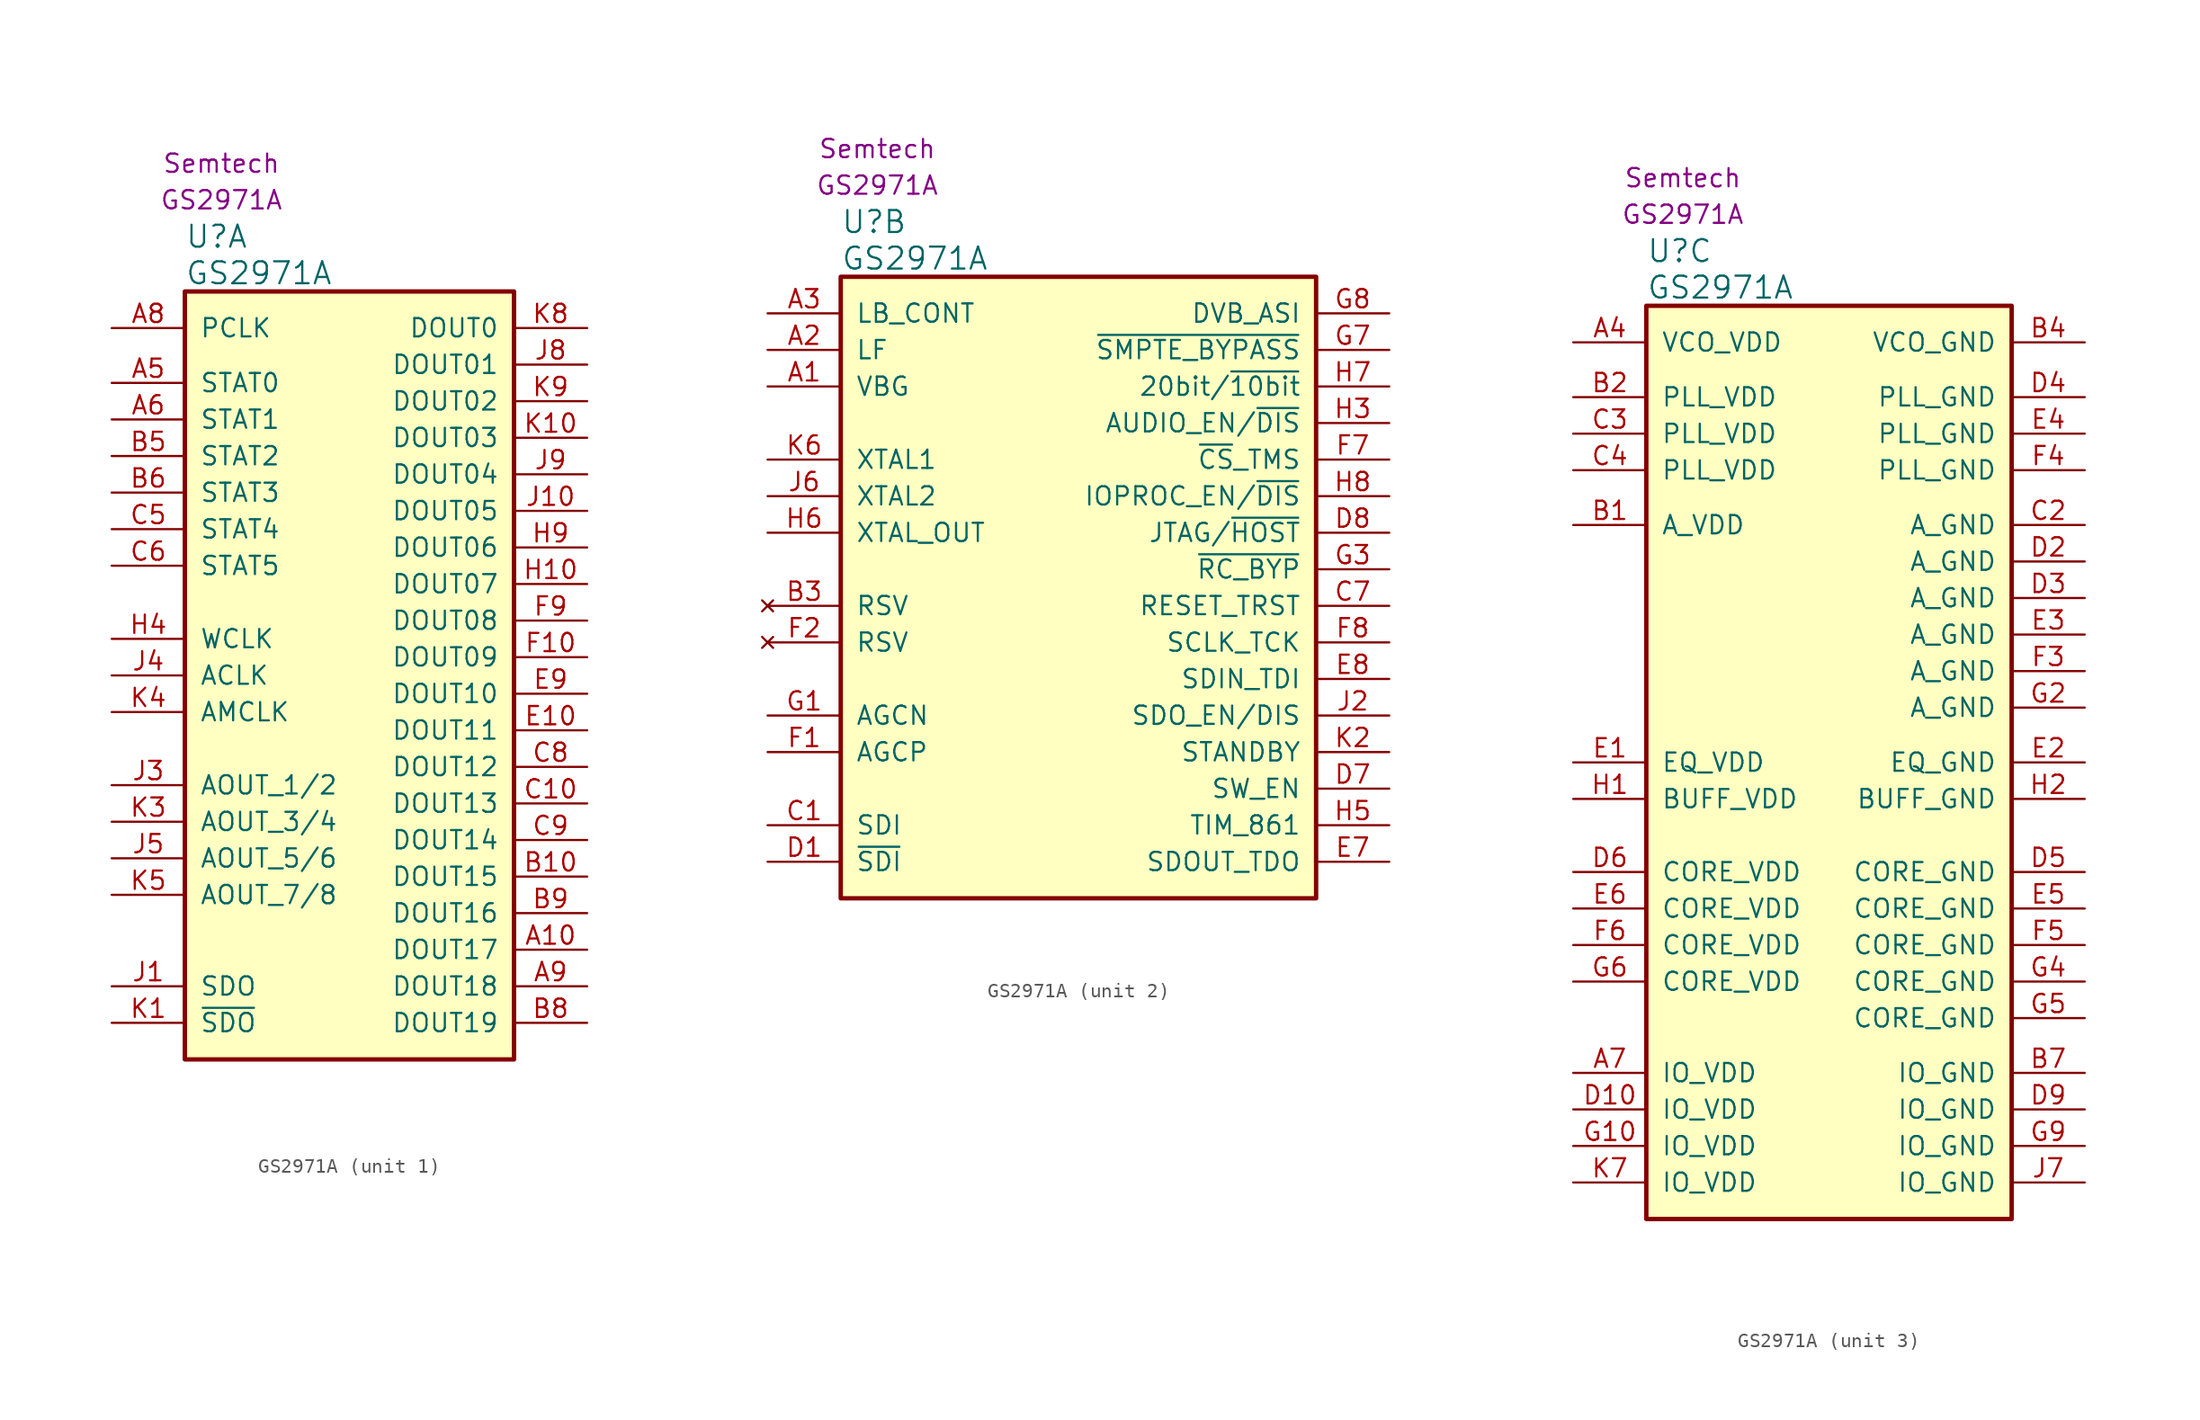
<source format=kicad_sym>
(kicad_symbol_lib
  (version 20211014)
  (generator kicad_symbol_editor)
  (symbol "GS2971A"
    (pin_names
      (offset 1.016))
    (property "Reference" "U"
      (at 5.08 6.35 0)
      (effects (font (size 1.524 1.524)) (justify left)))
    (property "Value" "GS2971A"
      (at 5.08 3.81 0)
      (effects (font (size 1.524 1.524)) (justify left)))
    (property "MPN" "GS2971A"
      (at 7.62 8.89 0)
      (effects (font (size 1.27 1.27))))
    (property "Manufacturer" "Semtech"
      (at 7.62 11.43 0)
      (effects (font (size 1.27 1.27))))
    (property "ki_locked" ""
      (at 0 0 0)
      (effects (font (size 1.27 1.27))))
    (symbol "GS2971A_1_1"
      (rectangle (start 5.08 2.54) (end 27.94 -50.8) (stroke (width 0.305) (type default) (color 0 0 0 0)) (fill (type background)))
      (pin output line (at 33.02 -43.18 180) (length 5.08) (name "DOUT17" (effects (font (size 1.27 1.27)))) (number "A10" (effects (font (size 1.27 1.27)))))
      (pin output line (at 0 -3.81 0) (length 5.08) (name "STAT0" (effects (font (size 1.27 1.27)))) (number "A5" (effects (font (size 1.27 1.27)))))
      (pin output line (at 0 -6.35 0) (length 5.08) (name "STAT1" (effects (font (size 1.27 1.27)))) (number "A6" (effects (font (size 1.27 1.27)))))
      (pin output line (at 0 0 0) (length 5.08) (name "PCLK" (effects (font (size 1.27 1.27)))) (number "A8" (effects (font (size 1.27 1.27)))))
      (pin output line (at 33.02 -45.72 180) (length 5.08) (name "DOUT18" (effects (font (size 1.27 1.27)))) (number "A9" (effects (font (size 1.27 1.27)))))
      (pin output line (at 33.02 -38.1 180) (length 5.08) (name "DOUT15" (effects (font (size 1.27 1.27)))) (number "B10" (effects (font (size 1.27 1.27)))))
      (pin output line (at 0 -8.89 0) (length 5.08) (name "STAT2" (effects (font (size 1.27 1.27)))) (number "B5" (effects (font (size 1.27 1.27)))))
      (pin output line (at 0 -11.43 0) (length 5.08) (name "STAT3" (effects (font (size 1.27 1.27)))) (number "B6" (effects (font (size 1.27 1.27)))))
      (pin output line (at 33.02 -48.26 180) (length 5.08) (name "DOUT19" (effects (font (size 1.27 1.27)))) (number "B8" (effects (font (size 1.27 1.27)))))
      (pin output line (at 33.02 -40.64 180) (length 5.08) (name "DOUT16" (effects (font (size 1.27 1.27)))) (number "B9" (effects (font (size 1.27 1.27)))))
      (pin output line (at 33.02 -33.02 180) (length 5.08) (name "DOUT13" (effects (font (size 1.27 1.27)))) (number "C10" (effects (font (size 1.27 1.27)))))
      (pin output line (at 0 -13.97 0) (length 5.08) (name "STAT4" (effects (font (size 1.27 1.27)))) (number "C5" (effects (font (size 1.27 1.27)))))
      (pin output line (at 0 -16.51 0) (length 5.08) (name "STAT5" (effects (font (size 1.27 1.27)))) (number "C6" (effects (font (size 1.27 1.27)))))
      (pin output line (at 33.02 -30.48 180) (length 5.08) (name "DOUT12" (effects (font (size 1.27 1.27)))) (number "C8" (effects (font (size 1.27 1.27)))))
      (pin output line (at 33.02 -35.56 180) (length 5.08) (name "DOUT14" (effects (font (size 1.27 1.27)))) (number "C9" (effects (font (size 1.27 1.27)))))
      (pin output line (at 33.02 -27.94 180) (length 5.08) (name "DOUT11" (effects (font (size 1.27 1.27)))) (number "E10" (effects (font (size 1.27 1.27)))))
      (pin output line (at 33.02 -25.4 180) (length 5.08) (name "DOUT10" (effects (font (size 1.27 1.27)))) (number "E9" (effects (font (size 1.27 1.27)))))
      (pin output line (at 33.02 -22.86 180) (length 5.08) (name "DOUT09" (effects (font (size 1.27 1.27)))) (number "F10" (effects (font (size 1.27 1.27)))))
      (pin output line (at 33.02 -20.32 180) (length 5.08) (name "DOUT08" (effects (font (size 1.27 1.27)))) (number "F9" (effects (font (size 1.27 1.27)))))
      (pin output line (at 33.02 -17.78 180) (length 5.08) (name "DOUT07" (effects (font (size 1.27 1.27)))) (number "H10" (effects (font (size 1.27 1.27)))))
      (pin output line (at 0 -21.59 0) (length 5.08) (name "WCLK" (effects (font (size 1.27 1.27)))) (number "H4" (effects (font (size 1.27 1.27)))))
      (pin output line (at 33.02 -15.24 180) (length 5.08) (name "DOUT06" (effects (font (size 1.27 1.27)))) (number "H9" (effects (font (size 1.27 1.27)))))
      (pin output line (at 0 -45.72 0) (length 5.08) (name "SDO" (effects (font (size 1.27 1.27)))) (number "J1" (effects (font (size 1.27 1.27)))))
      (pin output line (at 33.02 -12.7 180) (length 5.08) (name "DOUT05" (effects (font (size 1.27 1.27)))) (number "J10" (effects (font (size 1.27 1.27)))))
      (pin output line (at 0 -31.75 0) (length 5.08) (name "AOUT_1/2" (effects (font (size 1.27 1.27)))) (number "J3" (effects (font (size 1.27 1.27)))))
      (pin output line (at 0 -24.13 0) (length 5.08) (name "ACLK" (effects (font (size 1.27 1.27)))) (number "J4" (effects (font (size 1.27 1.27)))))
      (pin output line (at 0 -36.83 0) (length 5.08) (name "AOUT_5/6" (effects (font (size 1.27 1.27)))) (number "J5" (effects (font (size 1.27 1.27)))))
      (pin output line (at 33.02 -2.54 180) (length 5.08) (name "DOUT01" (effects (font (size 1.27 1.27)))) (number "J8" (effects (font (size 1.27 1.27)))))
      (pin output line (at 33.02 -10.16 180) (length 5.08) (name "DOUT04" (effects (font (size 1.27 1.27)))) (number "J9" (effects (font (size 1.27 1.27)))))
      (pin output line (at 0 -48.26 0) (length 5.08) (name "~{SDO}" (effects (font (size 1.27 1.27)))) (number "K1" (effects (font (size 1.27 1.27)))))
      (pin output line (at 33.02 -7.62 180) (length 5.08) (name "DOUT03" (effects (font (size 1.27 1.27)))) (number "K10" (effects (font (size 1.27 1.27)))))
      (pin output line (at 0 -34.29 0) (length 5.08) (name "AOUT_3/4" (effects (font (size 1.27 1.27)))) (number "K3" (effects (font (size 1.27 1.27)))))
      (pin output line (at 0 -26.67 0) (length 5.08) (name "AMCLK" (effects (font (size 1.27 1.27)))) (number "K4" (effects (font (size 1.27 1.27)))))
      (pin output line (at 0 -39.37 0) (length 5.08) (name "AOUT_7/8" (effects (font (size 1.27 1.27)))) (number "K5" (effects (font (size 1.27 1.27)))))
      (pin output line (at 33.02 0 180) (length 5.08) (name "DOUT0" (effects (font (size 1.27 1.27)))) (number "K8" (effects (font (size 1.27 1.27)))))
      (pin output line (at 33.02 -5.08 180) (length 5.08) (name "DOUT02" (effects (font (size 1.27 1.27)))) (number "K9" (effects (font (size 1.27 1.27))))))
    (symbol "GS2971A_2_1"
      (rectangle (start 5.08 2.54) (end 38.1 -40.64) (stroke (width 0.305) (type default) (color 0 0 0 0)) (fill (type background)))
      (pin input line (at 0 -5.08 0) (length 5.08) (name "VBG" (effects (font (size 1.27 1.27)))) (number "A1" (effects (font (size 1.27 1.27)))))
      (pin input line (at 0 -2.54 0) (length 5.08) (name "LF" (effects (font (size 1.27 1.27)))) (number "A2" (effects (font (size 1.27 1.27)))))
      (pin input line (at 0 0 0) (length 5.08) (name "LB_CONT" (effects (font (size 1.27 1.27)))) (number "A3" (effects (font (size 1.27 1.27)))))
      (pin no_connect line (at 0 -20.32 0) (length 5.08) (name "RSV" (effects (font (size 1.27 1.27)))) (number "B3" (effects (font (size 1.27 1.27)))))
      (pin input line (at 0 -35.56 0) (length 5.08) (name "SDI" (effects (font (size 1.27 1.27)))) (number "C1" (effects (font (size 1.27 1.27)))))
      (pin input line (at 43.18 -20.32 180) (length 5.08) (name "RESET_TRST" (effects (font (size 1.27 1.27)))) (number "C7" (effects (font (size 1.27 1.27)))))
      (pin input line (at 0 -38.1 0) (length 5.08) (name "~{SDI}" (effects (font (size 1.27 1.27)))) (number "D1" (effects (font (size 1.27 1.27)))))
      (pin input line (at 43.18 -33.02 180) (length 5.08) (name "SW_EN" (effects (font (size 1.27 1.27)))) (number "D7" (effects (font (size 1.27 1.27)))))
      (pin input line (at 43.18 -15.24 180) (length 5.08) (name "JTAG/~{HOST}" (effects (font (size 1.27 1.27)))) (number "D8" (effects (font (size 1.27 1.27)))))
      (pin output line (at 43.18 -38.1 180) (length 5.08) (name "SDOUT_TDO" (effects (font (size 1.27 1.27)))) (number "E7" (effects (font (size 1.27 1.27)))))
      (pin input line (at 43.18 -25.4 180) (length 5.08) (name "SDIN_TDI" (effects (font (size 1.27 1.27)))) (number "E8" (effects (font (size 1.27 1.27)))))
      (pin passive line (at 0 -30.48 0) (length 5.08) (name "AGCP" (effects (font (size 1.27 1.27)))) (number "F1" (effects (font (size 1.27 1.27)))))
      (pin no_connect line (at 0 -22.86 0) (length 5.08) (name "RSV" (effects (font (size 1.27 1.27)))) (number "F2" (effects (font (size 1.27 1.27)))))
      (pin input line (at 43.18 -10.16 180) (length 5.08) (name "~{CS}_TMS" (effects (font (size 1.27 1.27)))) (number "F7" (effects (font (size 1.27 1.27)))))
      (pin input line (at 43.18 -22.86 180) (length 5.08) (name "SCLK_TCK" (effects (font (size 1.27 1.27)))) (number "F8" (effects (font (size 1.27 1.27)))))
      (pin passive line (at 0 -27.94 0) (length 5.08) (name "AGCN" (effects (font (size 1.27 1.27)))) (number "G1" (effects (font (size 1.27 1.27)))))
      (pin input line (at 43.18 -17.78 180) (length 5.08) (name "~{RC_BYP}" (effects (font (size 1.27 1.27)))) (number "G3" (effects (font (size 1.27 1.27)))))
      (pin bidirectional line (at 43.18 -2.54 180) (length 5.08) (name "~{SMPTE_BYPASS}" (effects (font (size 1.27 1.27)))) (number "G7" (effects (font (size 1.27 1.27)))))
      (pin bidirectional line (at 43.18 0 180) (length 5.08) (name "DVB_ASI" (effects (font (size 1.27 1.27)))) (number "G8" (effects (font (size 1.27 1.27)))))
      (pin input line (at 43.18 -7.62 180) (length 5.08) (name "AUDIO_EN/~{DIS}" (effects (font (size 1.27 1.27)))) (number "H3" (effects (font (size 1.27 1.27)))))
      (pin input line (at 43.18 -35.56 180) (length 5.08) (name "TIM_861" (effects (font (size 1.27 1.27)))) (number "H5" (effects (font (size 1.27 1.27)))))
      (pin output line (at 0 -15.24 0) (length 5.08) (name "XTAL_OUT" (effects (font (size 1.27 1.27)))) (number "H6" (effects (font (size 1.27 1.27)))))
      (pin input line (at 43.18 -5.08 180) (length 5.08) (name "20bit/~{10bit}" (effects (font (size 1.27 1.27)))) (number "H7" (effects (font (size 1.27 1.27)))))
      (pin input line (at 43.18 -12.7 180) (length 5.08) (name "IOPROC_EN/~{DIS}" (effects (font (size 1.27 1.27)))) (number "H8" (effects (font (size 1.27 1.27)))))
      (pin input line (at 43.18 -27.94 180) (length 5.08) (name "SDO_EN/DIS" (effects (font (size 1.27 1.27)))) (number "J2" (effects (font (size 1.27 1.27)))))
      (pin input line (at 0 -12.7 0) (length 5.08) (name "XTAL2" (effects (font (size 1.27 1.27)))) (number "J6" (effects (font (size 1.27 1.27)))))
      (pin input line (at 43.18 -30.48 180) (length 5.08) (name "STANDBY" (effects (font (size 1.27 1.27)))) (number "K2" (effects (font (size 1.27 1.27)))))
      (pin input line (at 0 -10.16 0) (length 5.08) (name "XTAL1" (effects (font (size 1.27 1.27)))) (number "K6" (effects (font (size 1.27 1.27))))))
    (symbol "GS2971A_3_1"
      (rectangle (start 5.08 2.54) (end 30.48 -60.96) (stroke (width 0.305) (type default) (color 0 0 0 0)) (fill (type background)))
      (pin power_in line (at 0 0 0) (length 5.08) (name "VCO_VDD" (effects (font (size 1.27 1.27)))) (number "A4" (effects (font (size 1.27 1.27)))))
      (pin power_in line (at 0 -50.8 0) (length 5.08) (name "IO_VDD" (effects (font (size 1.27 1.27)))) (number "A7" (effects (font (size 1.27 1.27)))))
      (pin power_in line (at 0 -12.7 0) (length 5.08) (name "A_VDD" (effects (font (size 1.27 1.27)))) (number "B1" (effects (font (size 1.27 1.27)))))
      (pin power_in line (at 0 -3.81 0) (length 5.08) (name "PLL_VDD" (effects (font (size 1.27 1.27)))) (number "B2" (effects (font (size 1.27 1.27)))))
      (pin power_in line (at 35.56 0 180) (length 5.08) (name "VCO_GND" (effects (font (size 1.27 1.27)))) (number "B4" (effects (font (size 1.27 1.27)))))
      (pin power_in line (at 35.56 -50.8 180) (length 5.08) (name "IO_GND" (effects (font (size 1.27 1.27)))) (number "B7" (effects (font (size 1.27 1.27)))))
      (pin power_in line (at 35.56 -12.7 180) (length 5.08) (name "A_GND" (effects (font (size 1.27 1.27)))) (number "C2" (effects (font (size 1.27 1.27)))))
      (pin power_in line (at 0 -6.35 0) (length 5.08) (name "PLL_VDD" (effects (font (size 1.27 1.27)))) (number "C3" (effects (font (size 1.27 1.27)))))
      (pin power_in line (at 0 -8.89 0) (length 5.08) (name "PLL_VDD" (effects (font (size 1.27 1.27)))) (number "C4" (effects (font (size 1.27 1.27)))))
      (pin power_in line (at 0 -53.34 0) (length 5.08) (name "IO_VDD" (effects (font (size 1.27 1.27)))) (number "D10" (effects (font (size 1.27 1.27)))))
      (pin power_in line (at 35.56 -15.24 180) (length 5.08) (name "A_GND" (effects (font (size 1.27 1.27)))) (number "D2" (effects (font (size 1.27 1.27)))))
      (pin power_in line (at 35.56 -17.78 180) (length 5.08) (name "A_GND" (effects (font (size 1.27 1.27)))) (number "D3" (effects (font (size 1.27 1.27)))))
      (pin power_in line (at 35.56 -3.81 180) (length 5.08) (name "PLL_GND" (effects (font (size 1.27 1.27)))) (number "D4" (effects (font (size 1.27 1.27)))))
      (pin power_in line (at 35.56 -36.83 180) (length 5.08) (name "CORE_GND" (effects (font (size 1.27 1.27)))) (number "D5" (effects (font (size 1.27 1.27)))))
      (pin power_in line (at 0 -36.83 0) (length 5.08) (name "CORE_VDD" (effects (font (size 1.27 1.27)))) (number "D6" (effects (font (size 1.27 1.27)))))
      (pin power_in line (at 35.56 -53.34 180) (length 5.08) (name "IO_GND" (effects (font (size 1.27 1.27)))) (number "D9" (effects (font (size 1.27 1.27)))))
      (pin power_in line (at 0 -29.21 0) (length 5.08) (name "EQ_VDD" (effects (font (size 1.27 1.27)))) (number "E1" (effects (font (size 1.27 1.27)))))
      (pin power_in line (at 35.56 -29.21 180) (length 5.08) (name "EQ_GND" (effects (font (size 1.27 1.27)))) (number "E2" (effects (font (size 1.27 1.27)))))
      (pin power_in line (at 35.56 -20.32 180) (length 5.08) (name "A_GND" (effects (font (size 1.27 1.27)))) (number "E3" (effects (font (size 1.27 1.27)))))
      (pin power_in line (at 35.56 -6.35 180) (length 5.08) (name "PLL_GND" (effects (font (size 1.27 1.27)))) (number "E4" (effects (font (size 1.27 1.27)))))
      (pin power_in line (at 35.56 -39.37 180) (length 5.08) (name "CORE_GND" (effects (font (size 1.27 1.27)))) (number "E5" (effects (font (size 1.27 1.27)))))
      (pin power_in line (at 0 -39.37 0) (length 5.08) (name "CORE_VDD" (effects (font (size 1.27 1.27)))) (number "E6" (effects (font (size 1.27 1.27)))))
      (pin power_in line (at 35.56 -22.86 180) (length 5.08) (name "A_GND" (effects (font (size 1.27 1.27)))) (number "F3" (effects (font (size 1.27 1.27)))))
      (pin power_in line (at 35.56 -8.89 180) (length 5.08) (name "PLL_GND" (effects (font (size 1.27 1.27)))) (number "F4" (effects (font (size 1.27 1.27)))))
      (pin power_in line (at 35.56 -41.91 180) (length 5.08) (name "CORE_GND" (effects (font (size 1.27 1.27)))) (number "F5" (effects (font (size 1.27 1.27)))))
      (pin power_in line (at 0 -41.91 0) (length 5.08) (name "CORE_VDD" (effects (font (size 1.27 1.27)))) (number "F6" (effects (font (size 1.27 1.27)))))
      (pin power_in line (at 0 -55.88 0) (length 5.08) (name "IO_VDD" (effects (font (size 1.27 1.27)))) (number "G10" (effects (font (size 1.27 1.27)))))
      (pin power_in line (at 35.56 -25.4 180) (length 5.08) (name "A_GND" (effects (font (size 1.27 1.27)))) (number "G2" (effects (font (size 1.27 1.27)))))
      (pin power_in line (at 35.56 -44.45 180) (length 5.08) (name "CORE_GND" (effects (font (size 1.27 1.27)))) (number "G4" (effects (font (size 1.27 1.27)))))
      (pin power_in line (at 35.56 -46.99 180) (length 5.08) (name "CORE_GND" (effects (font (size 1.27 1.27)))) (number "G5" (effects (font (size 1.27 1.27)))))
      (pin power_in line (at 0 -44.45 0) (length 5.08) (name "CORE_VDD" (effects (font (size 1.27 1.27)))) (number "G6" (effects (font (size 1.27 1.27)))))
      (pin power_in line (at 35.56 -55.88 180) (length 5.08) (name "IO_GND" (effects (font (size 1.27 1.27)))) (number "G9" (effects (font (size 1.27 1.27)))))
      (pin power_in line (at 0 -31.75 0) (length 5.08) (name "BUFF_VDD" (effects (font (size 1.27 1.27)))) (number "H1" (effects (font (size 1.27 1.27)))))
      (pin power_in line (at 35.56 -31.75 180) (length 5.08) (name "BUFF_GND" (effects (font (size 1.27 1.27)))) (number "H2" (effects (font (size 1.27 1.27)))))
      (pin power_in line (at 35.56 -58.42 180) (length 5.08) (name "IO_GND" (effects (font (size 1.27 1.27)))) (number "J7" (effects (font (size 1.27 1.27)))))
      (pin power_in line (at 0 -58.42 0) (length 5.08) (name "IO_VDD" (effects (font (size 1.27 1.27)))) (number "K7" (effects (font (size 1.27 1.27))))))))
</source>
